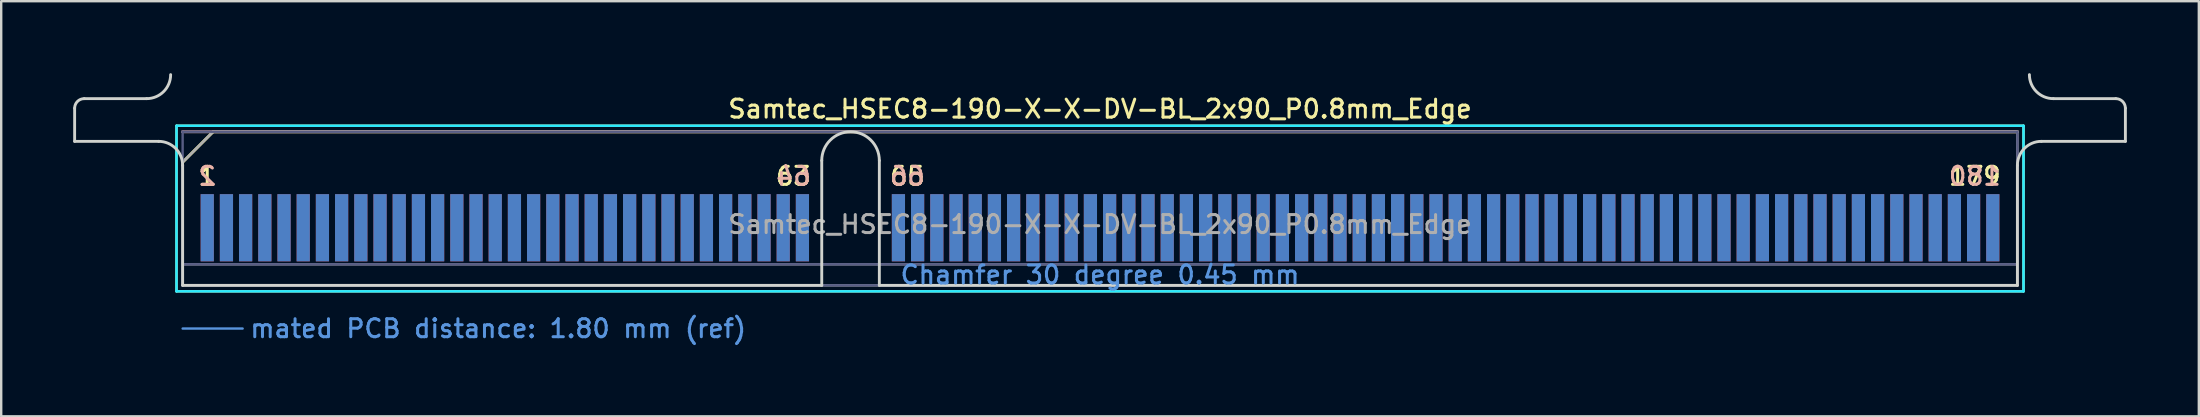
<source format=kicad_pcb>
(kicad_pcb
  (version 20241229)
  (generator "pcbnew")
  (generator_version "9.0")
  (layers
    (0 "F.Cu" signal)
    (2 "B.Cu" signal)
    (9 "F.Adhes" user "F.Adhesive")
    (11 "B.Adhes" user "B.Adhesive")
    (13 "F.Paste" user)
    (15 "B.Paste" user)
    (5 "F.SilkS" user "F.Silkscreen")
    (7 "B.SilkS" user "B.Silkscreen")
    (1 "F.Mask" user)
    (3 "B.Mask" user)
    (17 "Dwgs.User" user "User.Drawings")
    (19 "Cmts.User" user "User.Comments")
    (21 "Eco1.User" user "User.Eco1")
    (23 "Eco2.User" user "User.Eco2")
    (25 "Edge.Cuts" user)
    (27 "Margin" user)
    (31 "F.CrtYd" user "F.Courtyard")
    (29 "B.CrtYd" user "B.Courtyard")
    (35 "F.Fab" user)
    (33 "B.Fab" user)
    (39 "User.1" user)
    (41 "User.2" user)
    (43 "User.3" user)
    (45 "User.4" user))
  (footprint "Samtec_HSEC8-190-X-X-DV-BL_2x90_P0.8mm_Edge"
    (layer "F.Cu")
    (at 42.785 8.84)
    (property "Reference" "Samtec_HSEC8-190-X-X-DV-BL_2x90_P0.8mm_Edge" (at 0 -7.35 0) (layer "F.SilkS") (effects (font (size 0.75 0.75) (thickness 0.125))))
    (attr exclude_from_pos_files exclude_from_bom)
    (fp_line (start -38.48 -6.65) (end -38.48 0.25) (stroke (width 0.1) (type solid)) (layer "F.SilkS"))
    (fp_line (start -38.48 0.25) (end 38.48 0.25) (stroke (width 0.1) (type solid)) (layer "F.SilkS"))
    (fp_line (start -38.225 -5.13) (end -36.955 -6.4) (stroke (width 0.12) (type solid)) (layer "F.SilkS"))
    (fp_line (start -36.955 -6.4) (end 38.225 -6.4) (stroke (width 0.12) (type solid)) (layer "F.SilkS"))
    (fp_line (start 38.48 -6.65) (end -38.48 -6.65) (stroke (width 0.1) (type solid)) (layer "F.SilkS"))
    (fp_line (start 38.48 0.25) (end 38.48 -6.65) (stroke (width 0.1) (type solid)) (layer "F.SilkS"))
    (fp_line (start -38.225 -6.4) (end -38.225 -6.4) (stroke (width 0.12) (type solid)) (layer "B.SilkS"))
    (fp_line (start -38.225 -6.4) (end 38.225 -6.4) (stroke (width 0.12) (type solid)) (layer "B.SilkS"))
    (fp_line (start -38.225 1.8) (end -35.725 1.8) (stroke (width 0.1) (type solid)) (layer "Cmts.User"))
    (fp_line (start -42.725 -6) (end -42.725 -7.38) (stroke (width 0.12) (type solid)) (layer "Edge.Cuts"))
    (fp_line (start -42.325 -7.78) (end -39.725 -7.78) (stroke (width 0.12) (type solid)) (layer "Edge.Cuts"))
    (fp_line (start -39.225 -6) (end -42.725 -6) (stroke (width 0.12) (type solid)) (layer "Edge.Cuts"))
    (fp_line (start -38.225 -5) (end -38.225 0) (stroke (width 0.12) (type solid)) (layer "Edge.Cuts"))
    (fp_line (start -38.225 0) (end -11.595 0) (stroke (width 0.12) (type solid)) (layer "Edge.Cuts"))
    (fp_line (start -11.595 0) (end -11.595 -5.2) (stroke (width 0.12) (type solid)) (layer "Edge.Cuts"))
    (fp_line (start -9.195 -5.2) (end -9.195 0) (stroke (width 0.12) (type solid)) (layer "Edge.Cuts"))
    (fp_line (start -9.195 0) (end 38.225 0) (stroke (width 0.12) (type solid)) (layer "Edge.Cuts"))
    (fp_line (start 38.225 0) (end 38.225 -5) (stroke (width 0.12) (type solid)) (layer "Edge.Cuts"))
    (fp_line (start 39.225 -6) (end 42.725 -6) (stroke (width 0.12) (type solid)) (layer "Edge.Cuts"))
    (fp_line (start 42.325 -7.78) (end 39.725 -7.78) (stroke (width 0.12) (type solid)) (layer "Edge.Cuts"))
    (fp_line (start 42.725 -6) (end 42.725 -7.38) (stroke (width 0.12) (type solid)) (layer "Edge.Cuts"))
    (fp_arc (start -42.725 -7.38) (mid -42.607843 -7.662843) (end -42.325 -7.78) (stroke (width 0.12) (type solid)) (layer "Edge.Cuts"))
    (fp_arc (start -39.225 -6) (mid -38.517893 -5.707107) (end -38.225 -5) (stroke (width 0.12) (type solid)) (layer "Edge.Cuts"))
    (fp_arc (start -38.725 -8.78) (mid -39.017893 -8.072893) (end -39.725 -7.78) (stroke (width 0.12) (type solid)) (layer "Edge.Cuts"))
    (fp_arc (start -11.595 -5.2) (mid -10.395 -6.4) (end -9.195 -5.2) (stroke (width 0.12) (type solid)) (layer "Edge.Cuts"))
    (fp_arc (start 38.225 -5) (mid 38.517893 -5.707107) (end 39.225 -6) (stroke (width 0.12) (type solid)) (layer "Edge.Cuts"))
    (fp_arc (start 39.725 -7.78) (mid 39.017893 -8.072893) (end 38.725 -8.78) (stroke (width 0.12) (type solid)) (layer "Edge.Cuts"))
    (fp_arc (start 42.325 -7.78) (mid 42.607843 -7.662843) (end 42.725 -7.38) (stroke (width 0.12) (type solid)) (layer "Edge.Cuts"))
    (fp_line (start -38.48 -6.65) (end -38.48 0.25) (stroke (width 0.1) (type solid)) (layer "B.CrtYd"))
    (fp_line (start -38.48 0.25) (end 38.48 0.25) (stroke (width 0.1) (type solid)) (layer "B.CrtYd"))
    (fp_line (start 38.48 -6.65) (end -38.48 -6.65) (stroke (width 0.1) (type solid)) (layer "B.CrtYd"))
    (fp_line (start 38.48 0.25) (end 38.48 -6.65) (stroke (width 0.1) (type solid)) (layer "B.CrtYd"))
    (fp_line (start -38.225 -6.4) (end -38.225 -6.4) (stroke (width 0.1) (type solid)) (layer "B.Fab"))
    (fp_line (start -38.225 -6.4) (end -38.225 0) (stroke (width 0.1) (type solid)) (layer "B.Fab"))
    (fp_line (start -38.225 -6.4) (end 38.225 -6.4) (stroke (width 0.1) (type solid)) (layer "B.Fab"))
    (fp_line (start -38.225 -0.88) (end 38.225 -0.88) (stroke (width 0.1) (type solid)) (layer "B.Fab"))
    (fp_line (start -38.225 0) (end 38.225 0) (stroke (width 0.1) (type solid)) (layer "B.Fab"))
    (fp_line (start 38.225 -6.4) (end 38.225 0) (stroke (width 0.1) (type solid)) (layer "B.Fab"))
    (fp_line (start -38.225 -5.13) (end -38.225 0) (stroke (width 0.1) (type solid)) (layer "F.Fab"))
    (fp_line (start -38.225 -5.13) (end -36.955 -6.4) (stroke (width 0.1) (type solid)) (layer "F.Fab"))
    (fp_line (start -38.225 -0.88) (end 38.225 -0.88) (stroke (width 0.1) (type solid)) (layer "F.Fab"))
    (fp_line (start -38.225 0) (end 38.225 0) (stroke (width 0.1) (type solid)) (layer "F.Fab"))
    (fp_line (start -36.955 -6.4) (end 38.225 -6.4) (stroke (width 0.1) (type solid)) (layer "F.Fab"))
    (fp_line (start 38.225 -6.4) (end 38.225 0) (stroke (width 0.1) (type solid)) (layer "F.Fab"))
    (fp_text user "63" (at -12.775 -4.55 0) (layer "F.SilkS") (effects (font (size 0.75 0.75) (thickness 0.125))))
    (fp_text user "1" (at -37.2 -4.55 0) (layer "F.SilkS") (effects (font (size 0.75 0.75) (thickness 0.125))))
    (fp_text user "179" (at 36.45 -4.55 0) (layer "F.SilkS") (effects (font (size 0.75 0.75) (thickness 0.125))))
    (fp_text user "65" (at -8.025 -4.55 0) (layer "F.SilkS") (effects (font (size 0.75 0.75) (thickness 0.125))))
    (fp_text user "180" (at 36.45 -4.55 0) (layer "B.SilkS") (effects (font (size 0.75 0.75) (thickness 0.125)) (justify mirror)))
    (fp_text user "64" (at -12.775 -4.55 0) (layer "B.SilkS") (effects (font (size 0.75 0.75) (thickness 0.125)) (justify mirror)))
    (fp_text user "2" (at -37.2 -4.55 0) (layer "B.SilkS") (effects (font (size 0.75 0.75) (thickness 0.125)) (justify mirror)))
    (fp_text user "66" (at -8.025 -4.55 0) (layer "B.SilkS") (effects (font (size 0.75 0.75) (thickness 0.125)) (justify mirror)))
    (fp_text user "mated PCB distance: 1.80 mm (ref)" (at -35.48 1.8 0) (layer "Cmts.User") (effects (font (size 0.75 0.75) (thickness 0.125)) (justify left)))
    (fp_text user "Chamfer 30 degree 0.45 mm" (at 0 -0.44 0) (layer "Cmts.User") (effects (font (size 0.75 0.75) (thickness 0.125))))
    (fp_text user "${REFERENCE}" (at 0 -2.54 0) (layer "F.Fab") (effects (font (size 0.75 0.75) (thickness 0.125))))
    (pad "1" connect rect (at -37.2 -2.4) (size 0.55 2.8) (layers "F.Cu" "F.Mask"))
    (pad "2" connect rect (at -37.2 -2.4) (size 0.55 2.8) (layers "B.Cu" "B.Mask"))
    (pad "3" connect rect (at -36.4 -2.4) (size 0.55 2.8) (layers "F.Cu" "F.Mask"))
    (pad "4" connect rect (at -36.4 -2.4) (size 0.55 2.8) (layers "B.Cu" "B.Mask"))
    (pad "5" connect rect (at -35.6 -2.4) (size 0.55 2.8) (layers "F.Cu" "F.Mask"))
    (pad "6" connect rect (at -35.6 -2.4) (size 0.55 2.8) (layers "B.Cu" "B.Mask"))
    (pad "7" connect rect (at -34.8 -2.4) (size 0.55 2.8) (layers "F.Cu" "F.Mask"))
    (pad "8" connect rect (at -34.8 -2.4) (size 0.55 2.8) (layers "B.Cu" "B.Mask"))
    (pad "9" connect rect (at -34 -2.4) (size 0.55 2.8) (layers "F.Cu" "F.Mask"))
    (pad "10" connect rect (at -34 -2.4) (size 0.55 2.8) (layers "B.Cu" "B.Mask"))
    (pad "11" connect rect (at -33.2 -2.4) (size 0.55 2.8) (layers "F.Cu" "F.Mask"))
    (pad "12" connect rect (at -33.2 -2.4) (size 0.55 2.8) (layers "B.Cu" "B.Mask"))
    (pad "13" connect rect (at -32.4 -2.4) (size 0.55 2.8) (layers "F.Cu" "F.Mask"))
    (pad "14" connect rect (at -32.4 -2.4) (size 0.55 2.8) (layers "B.Cu" "B.Mask"))
    (pad "15" connect rect (at -31.6 -2.4) (size 0.55 2.8) (layers "F.Cu" "F.Mask"))
    (pad "16" connect rect (at -31.6 -2.4) (size 0.55 2.8) (layers "B.Cu" "B.Mask"))
    (pad "17" connect rect (at -30.8 -2.4) (size 0.55 2.8) (layers "F.Cu" "F.Mask"))
    (pad "18" connect rect (at -30.8 -2.4) (size 0.55 2.8) (layers "B.Cu" "B.Mask"))
    (pad "19" connect rect (at -30 -2.4) (size 0.55 2.8) (layers "F.Cu" "F.Mask"))
    (pad "20" connect rect (at -30 -2.4) (size 0.55 2.8) (layers "B.Cu" "B.Mask"))
    (pad "21" connect rect (at -29.2 -2.4) (size 0.55 2.8) (layers "F.Cu" "F.Mask"))
    (pad "22" connect rect (at -29.2 -2.4) (size 0.55 2.8) (layers "B.Cu" "B.Mask"))
    (pad "23" connect rect (at -28.4 -2.4) (size 0.55 2.8) (layers "F.Cu" "F.Mask"))
    (pad "24" connect rect (at -28.4 -2.4) (size 0.55 2.8) (layers "B.Cu" "B.Mask"))
    (pad "25" connect rect (at -27.6 -2.4) (size 0.55 2.8) (layers "F.Cu" "F.Mask"))
    (pad "26" connect rect (at -27.6 -2.4) (size 0.55 2.8) (layers "B.Cu" "B.Mask"))
    (pad "27" connect rect (at -26.8 -2.4) (size 0.55 2.8) (layers "F.Cu" "F.Mask"))
    (pad "28" connect rect (at -26.8 -2.4) (size 0.55 2.8) (layers "B.Cu" "B.Mask"))
    (pad "29" connect rect (at -26 -2.4) (size 0.55 2.8) (layers "F.Cu" "F.Mask"))
    (pad "30" connect rect (at -26 -2.4) (size 0.55 2.8) (layers "B.Cu" "B.Mask"))
    (pad "31" connect rect (at -25.2 -2.4) (size 0.55 2.8) (layers "F.Cu" "F.Mask"))
    (pad "32" connect rect (at -25.2 -2.4) (size 0.55 2.8) (layers "B.Cu" "B.Mask"))
    (pad "33" connect rect (at -24.4 -2.4) (size 0.55 2.8) (layers "F.Cu" "F.Mask"))
    (pad "34" connect rect (at -24.4 -2.4) (size 0.55 2.8) (layers "B.Cu" "B.Mask"))
    (pad "35" connect rect (at -23.6 -2.4) (size 0.55 2.8) (layers "F.Cu" "F.Mask"))
    (pad "36" connect rect (at -23.6 -2.4) (size 0.55 2.8) (layers "B.Cu" "B.Mask"))
    (pad "37" connect rect (at -22.8 -2.4) (size 0.55 2.8) (layers "F.Cu" "F.Mask"))
    (pad "38" connect rect (at -22.8 -2.4) (size 0.55 2.8) (layers "B.Cu" "B.Mask"))
    (pad "39" connect rect (at -22 -2.4) (size 0.55 2.8) (layers "F.Cu" "F.Mask"))
    (pad "40" connect rect (at -22 -2.4) (size 0.55 2.8) (layers "B.Cu" "B.Mask"))
    (pad "41" connect rect (at -21.2 -2.4) (size 0.55 2.8) (layers "F.Cu" "F.Mask"))
    (pad "42" connect rect (at -21.2 -2.4) (size 0.55 2.8) (layers "B.Cu" "B.Mask"))
    (pad "43" connect rect (at -20.4 -2.4) (size 0.55 2.8) (layers "F.Cu" "F.Mask"))
    (pad "44" connect rect (at -20.4 -2.4) (size 0.55 2.8) (layers "B.Cu" "B.Mask"))
    (pad "45" connect rect (at -19.6 -2.4) (size 0.55 2.8) (layers "F.Cu" "F.Mask"))
    (pad "46" connect rect (at -19.6 -2.4) (size 0.55 2.8) (layers "B.Cu" "B.Mask"))
    (pad "47" connect rect (at -18.8 -2.4) (size 0.55 2.8) (layers "F.Cu" "F.Mask"))
    (pad "48" connect rect (at -18.8 -2.4) (size 0.55 2.8) (layers "B.Cu" "B.Mask"))
    (pad "49" connect rect (at -18 -2.4) (size 0.55 2.8) (layers "F.Cu" "F.Mask"))
    (pad "50" connect rect (at -18 -2.4) (size 0.55 2.8) (layers "B.Cu" "B.Mask"))
    (pad "51" connect rect (at -17.2 -2.4) (size 0.55 2.8) (layers "F.Cu" "F.Mask"))
    (pad "52" connect rect (at -17.2 -2.4) (size 0.55 2.8) (layers "B.Cu" "B.Mask"))
    (pad "53" connect rect (at -16.4 -2.4) (size 0.55 2.8) (layers "F.Cu" "F.Mask"))
    (pad "54" connect rect (at -16.4 -2.4) (size 0.55 2.8) (layers "B.Cu" "B.Mask"))
    (pad "55" connect rect (at -15.6 -2.4) (size 0.55 2.8) (layers "F.Cu" "F.Mask"))
    (pad "56" connect rect (at -15.6 -2.4) (size 0.55 2.8) (layers "B.Cu" "B.Mask"))
    (pad "57" connect rect (at -14.8 -2.4) (size 0.55 2.8) (layers "F.Cu" "F.Mask"))
    (pad "58" connect rect (at -14.8 -2.4) (size 0.55 2.8) (layers "B.Cu" "B.Mask"))
    (pad "59" connect rect (at -14 -2.4) (size 0.55 2.8) (layers "F.Cu" "F.Mask"))
    (pad "60" connect rect (at -14 -2.4) (size 0.55 2.8) (layers "B.Cu" "B.Mask"))
    (pad "61" connect rect (at -13.2 -2.4) (size 0.55 2.8) (layers "F.Cu" "F.Mask"))
    (pad "62" connect rect (at -13.2 -2.4) (size 0.55 2.8) (layers "B.Cu" "B.Mask"))
    (pad "63" connect rect (at -12.4 -2.4) (size 0.55 2.8) (layers "F.Cu" "F.Mask"))
    (pad "64" connect rect (at -12.4 -2.4) (size 0.55 2.8) (layers "B.Cu" "B.Mask"))
    (pad "65" connect rect (at -8.4 -2.4) (size 0.55 2.8) (layers "F.Cu" "F.Mask"))
    (pad "66" connect rect (at -8.4 -2.4) (size 0.55 2.8) (layers "B.Cu" "B.Mask"))
    (pad "67" connect rect (at -7.6 -2.4) (size 0.55 2.8) (layers "F.Cu" "F.Mask"))
    (pad "68" connect rect (at -7.6 -2.4) (size 0.55 2.8) (layers "B.Cu" "B.Mask"))
    (pad "69" connect rect (at -6.8 -2.4) (size 0.55 2.8) (layers "F.Cu" "F.Mask"))
    (pad "70" connect rect (at -6.8 -2.4) (size 0.55 2.8) (layers "B.Cu" "B.Mask"))
    (pad "71" connect rect (at -6 -2.4) (size 0.55 2.8) (layers "F.Cu" "F.Mask"))
    (pad "72" connect rect (at -6 -2.4) (size 0.55 2.8) (layers "B.Cu" "B.Mask"))
    (pad "73" connect rect (at -5.2 -2.4) (size 0.55 2.8) (layers "F.Cu" "F.Mask"))
    (pad "74" connect rect (at -5.2 -2.4) (size 0.55 2.8) (layers "B.Cu" "B.Mask"))
    (pad "75" connect rect (at -4.4 -2.4) (size 0.55 2.8) (layers "F.Cu" "F.Mask"))
    (pad "76" connect rect (at -4.4 -2.4) (size 0.55 2.8) (layers "B.Cu" "B.Mask"))
    (pad "77" connect rect (at -3.6 -2.4) (size 0.55 2.8) (layers "F.Cu" "F.Mask"))
    (pad "78" connect rect (at -3.6 -2.4) (size 0.55 2.8) (layers "B.Cu" "B.Mask"))
    (pad "79" connect rect (at -2.8 -2.4) (size 0.55 2.8) (layers "F.Cu" "F.Mask"))
    (pad "80" connect rect (at -2.8 -2.4) (size 0.55 2.8) (layers "B.Cu" "B.Mask"))
    (pad "81" connect rect (at -2 -2.4) (size 0.55 2.8) (layers "F.Cu" "F.Mask"))
    (pad "82" connect rect (at -2 -2.4) (size 0.55 2.8) (layers "B.Cu" "B.Mask"))
    (pad "83" connect rect (at -1.2 -2.4) (size 0.55 2.8) (layers "F.Cu" "F.Mask"))
    (pad "84" connect rect (at -1.2 -2.4) (size 0.55 2.8) (layers "B.Cu" "B.Mask"))
    (pad "85" connect rect (at -0.4 -2.4) (size 0.55 2.8) (layers "F.Cu" "F.Mask"))
    (pad "86" connect rect (at -0.4 -2.4) (size 0.55 2.8) (layers "B.Cu" "B.Mask"))
    (pad "87" connect rect (at 0.4 -2.4) (size 0.55 2.8) (layers "F.Cu" "F.Mask"))
    (pad "88" connect rect (at 0.4 -2.4) (size 0.55 2.8) (layers "B.Cu" "B.Mask"))
    (pad "89" connect rect (at 1.2 -2.4) (size 0.55 2.8) (layers "F.Cu" "F.Mask"))
    (pad "90" connect rect (at 1.2 -2.4) (size 0.55 2.8) (layers "B.Cu" "B.Mask"))
    (pad "91" connect rect (at 2 -2.4) (size 0.55 2.8) (layers "F.Cu" "F.Mask"))
    (pad "92" connect rect (at 2 -2.4) (size 0.55 2.8) (layers "B.Cu" "B.Mask"))
    (pad "93" connect rect (at 2.8 -2.4) (size 0.55 2.8) (layers "F.Cu" "F.Mask"))
    (pad "94" connect rect (at 2.8 -2.4) (size 0.55 2.8) (layers "B.Cu" "B.Mask"))
    (pad "95" connect rect (at 3.6 -2.4) (size 0.55 2.8) (layers "F.Cu" "F.Mask"))
    (pad "96" connect rect (at 3.6 -2.4) (size 0.55 2.8) (layers "B.Cu" "B.Mask"))
    (pad "97" connect rect (at 4.4 -2.4) (size 0.55 2.8) (layers "F.Cu" "F.Mask"))
    (pad "98" connect rect (at 4.4 -2.4) (size 0.55 2.8) (layers "B.Cu" "B.Mask"))
    (pad "99" connect rect (at 5.2 -2.4) (size 0.55 2.8) (layers "F.Cu" "F.Mask"))
    (pad "100" connect rect (at 5.2 -2.4) (size 0.55 2.8) (layers "B.Cu" "B.Mask"))
    (pad "101" connect rect (at 6 -2.4) (size 0.55 2.8) (layers "F.Cu" "F.Mask"))
    (pad "102" connect rect (at 6 -2.4) (size 0.55 2.8) (layers "B.Cu" "B.Mask"))
    (pad "103" connect rect (at 6.8 -2.4) (size 0.55 2.8) (layers "F.Cu" "F.Mask"))
    (pad "104" connect rect (at 6.8 -2.4) (size 0.55 2.8) (layers "B.Cu" "B.Mask"))
    (pad "105" connect rect (at 7.6 -2.4) (size 0.55 2.8) (layers "F.Cu" "F.Mask"))
    (pad "106" connect rect (at 7.6 -2.4) (size 0.55 2.8) (layers "B.Cu" "B.Mask"))
    (pad "107" connect rect (at 8.4 -2.4) (size 0.55 2.8) (layers "F.Cu" "F.Mask"))
    (pad "108" connect rect (at 8.4 -2.4) (size 0.55 2.8) (layers "B.Cu" "B.Mask"))
    (pad "109" connect rect (at 9.2 -2.4) (size 0.55 2.8) (layers "F.Cu" "F.Mask"))
    (pad "110" connect rect (at 9.2 -2.4) (size 0.55 2.8) (layers "B.Cu" "B.Mask"))
    (pad "111" connect rect (at 10 -2.4) (size 0.55 2.8) (layers "F.Cu" "F.Mask"))
    (pad "112" connect rect (at 10 -2.4) (size 0.55 2.8) (layers "B.Cu" "B.Mask"))
    (pad "113" connect rect (at 10.8 -2.4) (size 0.55 2.8) (layers "F.Cu" "F.Mask"))
    (pad "114" connect rect (at 10.8 -2.4) (size 0.55 2.8) (layers "B.Cu" "B.Mask"))
    (pad "115" connect rect (at 11.6 -2.4) (size 0.55 2.8) (layers "F.Cu" "F.Mask"))
    (pad "116" connect rect (at 11.6 -2.4) (size 0.55 2.8) (layers "B.Cu" "B.Mask"))
    (pad "117" connect rect (at 12.4 -2.4) (size 0.55 2.8) (layers "F.Cu" "F.Mask"))
    (pad "118" connect rect (at 12.4 -2.4) (size 0.55 2.8) (layers "B.Cu" "B.Mask"))
    (pad "119" connect rect (at 13.2 -2.4) (size 0.55 2.8) (layers "F.Cu" "F.Mask"))
    (pad "120" connect rect (at 13.2 -2.4) (size 0.55 2.8) (layers "B.Cu" "B.Mask"))
    (pad "121" connect rect (at 14 -2.4) (size 0.55 2.8) (layers "F.Cu" "F.Mask"))
    (pad "122" connect rect (at 14 -2.4) (size 0.55 2.8) (layers "B.Cu" "B.Mask"))
    (pad "123" connect rect (at 14.8 -2.4) (size 0.55 2.8) (layers "F.Cu" "F.Mask"))
    (pad "124" connect rect (at 14.8 -2.4) (size 0.55 2.8) (layers "B.Cu" "B.Mask"))
    (pad "125" connect rect (at 15.6 -2.4) (size 0.55 2.8) (layers "F.Cu" "F.Mask"))
    (pad "126" connect rect (at 15.6 -2.4) (size 0.55 2.8) (layers "B.Cu" "B.Mask"))
    (pad "127" connect rect (at 16.4 -2.4) (size 0.55 2.8) (layers "F.Cu" "F.Mask"))
    (pad "128" connect rect (at 16.4 -2.4) (size 0.55 2.8) (layers "B.Cu" "B.Mask"))
    (pad "129" connect rect (at 17.2 -2.4) (size 0.55 2.8) (layers "F.Cu" "F.Mask"))
    (pad "130" connect rect (at 17.2 -2.4) (size 0.55 2.8) (layers "B.Cu" "B.Mask"))
    (pad "131" connect rect (at 18 -2.4) (size 0.55 2.8) (layers "F.Cu" "F.Mask"))
    (pad "132" connect rect (at 18 -2.4) (size 0.55 2.8) (layers "B.Cu" "B.Mask"))
    (pad "133" connect rect (at 18.8 -2.4) (size 0.55 2.8) (layers "F.Cu" "F.Mask"))
    (pad "134" connect rect (at 18.8 -2.4) (size 0.55 2.8) (layers "B.Cu" "B.Mask"))
    (pad "135" connect rect (at 19.6 -2.4) (size 0.55 2.8) (layers "F.Cu" "F.Mask"))
    (pad "136" connect rect (at 19.6 -2.4) (size 0.55 2.8) (layers "B.Cu" "B.Mask"))
    (pad "137" connect rect (at 20.4 -2.4) (size 0.55 2.8) (layers "F.Cu" "F.Mask"))
    (pad "138" connect rect (at 20.4 -2.4) (size 0.55 2.8) (layers "B.Cu" "B.Mask"))
    (pad "139" connect rect (at 21.2 -2.4) (size 0.55 2.8) (layers "F.Cu" "F.Mask"))
    (pad "140" connect rect (at 21.2 -2.4) (size 0.55 2.8) (layers "B.Cu" "B.Mask"))
    (pad "141" connect rect (at 22 -2.4) (size 0.55 2.8) (layers "F.Cu" "F.Mask"))
    (pad "142" connect rect (at 22 -2.4) (size 0.55 2.8) (layers "B.Cu" "B.Mask"))
    (pad "143" connect rect (at 22.8 -2.4) (size 0.55 2.8) (layers "F.Cu" "F.Mask"))
    (pad "144" connect rect (at 22.8 -2.4) (size 0.55 2.8) (layers "B.Cu" "B.Mask"))
    (pad "145" connect rect (at 23.6 -2.4) (size 0.55 2.8) (layers "F.Cu" "F.Mask"))
    (pad "146" connect rect (at 23.6 -2.4) (size 0.55 2.8) (layers "B.Cu" "B.Mask"))
    (pad "147" connect rect (at 24.4 -2.4) (size 0.55 2.8) (layers "F.Cu" "F.Mask"))
    (pad "148" connect rect (at 24.4 -2.4) (size 0.55 2.8) (layers "B.Cu" "B.Mask"))
    (pad "149" connect rect (at 25.2 -2.4) (size 0.55 2.8) (layers "F.Cu" "F.Mask"))
    (pad "150" connect rect (at 25.2 -2.4) (size 0.55 2.8) (layers "B.Cu" "B.Mask"))
    (pad "151" connect rect (at 26 -2.4) (size 0.55 2.8) (layers "F.Cu" "F.Mask"))
    (pad "152" connect rect (at 26 -2.4) (size 0.55 2.8) (layers "B.Cu" "B.Mask"))
    (pad "153" connect rect (at 26.8 -2.4) (size 0.55 2.8) (layers "F.Cu" "F.Mask"))
    (pad "154" connect rect (at 26.8 -2.4) (size 0.55 2.8) (layers "B.Cu" "B.Mask"))
    (pad "155" connect rect (at 27.6 -2.4) (size 0.55 2.8) (layers "F.Cu" "F.Mask"))
    (pad "156" connect rect (at 27.6 -2.4) (size 0.55 2.8) (layers "B.Cu" "B.Mask"))
    (pad "157" connect rect (at 28.4 -2.4) (size 0.55 2.8) (layers "F.Cu" "F.Mask"))
    (pad "158" connect rect (at 28.4 -2.4) (size 0.55 2.8) (layers "B.Cu" "B.Mask"))
    (pad "159" connect rect (at 29.2 -2.4) (size 0.55 2.8) (layers "F.Cu" "F.Mask"))
    (pad "160" connect rect (at 29.2 -2.4) (size 0.55 2.8) (layers "B.Cu" "B.Mask"))
    (pad "161" connect rect (at 30 -2.4) (size 0.55 2.8) (layers "F.Cu" "F.Mask"))
    (pad "162" connect rect (at 30 -2.4) (size 0.55 2.8) (layers "B.Cu" "B.Mask"))
    (pad "163" connect rect (at 30.8 -2.4) (size 0.55 2.8) (layers "F.Cu" "F.Mask"))
    (pad "164" connect rect (at 30.8 -2.4) (size 0.55 2.8) (layers "B.Cu" "B.Mask"))
    (pad "165" connect rect (at 31.6 -2.4) (size 0.55 2.8) (layers "F.Cu" "F.Mask"))
    (pad "166" connect rect (at 31.6 -2.4) (size 0.55 2.8) (layers "B.Cu" "B.Mask"))
    (pad "167" connect rect (at 32.4 -2.4) (size 0.55 2.8) (layers "F.Cu" "F.Mask"))
    (pad "168" connect rect (at 32.4 -2.4) (size 0.55 2.8) (layers "B.Cu" "B.Mask"))
    (pad "169" connect rect (at 33.2 -2.4) (size 0.55 2.8) (layers "F.Cu" "F.Mask"))
    (pad "170" connect rect (at 33.2 -2.4) (size 0.55 2.8) (layers "B.Cu" "B.Mask"))
    (pad "171" connect rect (at 34 -2.4) (size 0.55 2.8) (layers "F.Cu" "F.Mask"))
    (pad "172" connect rect (at 34 -2.4) (size 0.55 2.8) (layers "B.Cu" "B.Mask"))
    (pad "173" connect rect (at 34.8 -2.4) (size 0.55 2.8) (layers "F.Cu" "F.Mask"))
    (pad "174" connect rect (at 34.8 -2.4) (size 0.55 2.8) (layers "B.Cu" "B.Mask"))
    (pad "175" connect rect (at 35.6 -2.4) (size 0.55 2.8) (layers "F.Cu" "F.Mask"))
    (pad "176" connect rect (at 35.6 -2.4) (size 0.55 2.8) (layers "B.Cu" "B.Mask"))
    (pad "177" connect rect (at 36.4 -2.4) (size 0.55 2.8) (layers "F.Cu" "F.Mask"))
    (pad "178" connect rect (at 36.4 -2.4) (size 0.55 2.8) (layers "B.Cu" "B.Mask"))
    (pad "179" connect rect (at 37.2 -2.4) (size 0.55 2.8) (layers "F.Cu" "F.Mask"))
    (pad "180" connect rect (at 37.2 -2.4) (size 0.55 2.8) (layers "B.Cu" "B.Mask")))
  (gr_rect
    (start -3 -3)
    (end 88.57 14.298)
    (stroke (width 0.1) (type default))
    (fill no)
    (layer "Edge.Cuts")))
</source>
